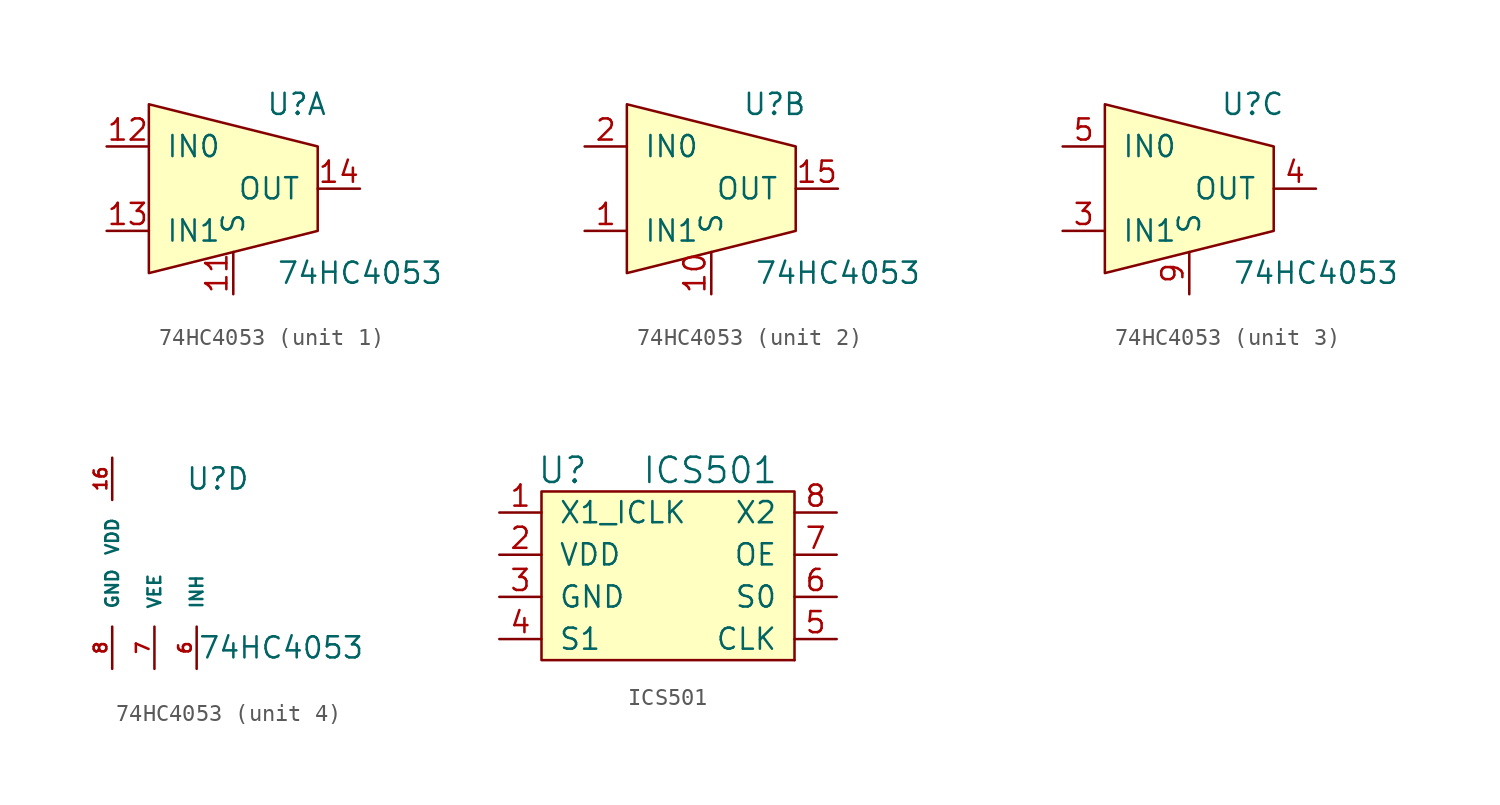
<source format=kicad_sym>
(kicad_symbol_lib
  (version 20211014)
  (generator kicad_symbol_editor)
  (symbol "74HC4053"
    (pin_names
      (offset 1.016))
    (property "Reference" "U"
      (at 3.81 5.08 0)
      (effects (font (size 1.27 1.27))))
    (property "Value" "74HC4053"
      (at 7.62 -5.08 0)
      (effects (font (size 1.27 1.27))))
    (property "Footprint" ""
      (at -2.54 0 0)
      (effects (font (size 1.27 1.27))))
    (property "Datasheet" ""
      (at -2.54 0 0)
      (effects (font (size 1.27 1.27))))
    (property "ki_locked" ""
      (at 0 0 0)
      (effects (font (size 1.27 1.27))))
    (symbol "74HC4053_1_1"
      (polyline (pts (xy -5.08 5.08) (xy -5.08 -5.08) (xy 5.08 -2.54) (xy 5.08 2.54) (xy -5.08 5.08)) (stroke (width 0) (type default) (color 0 0 0 0)) (fill (type background)))
      (pin input line (at 0 -6.35 90) (length 2.54) (name "S" (effects (font (size 1.27 1.27)))) (number "11" (effects (font (size 1.27 1.27)))))
      (pin bidirectional line (at -7.62 2.54 0) (length 2.54) (name "IN0" (effects (font (size 1.27 1.27)))) (number "12" (effects (font (size 1.27 1.27)))))
      (pin bidirectional line (at -7.62 -2.54 0) (length 2.54) (name "IN1" (effects (font (size 1.27 1.27)))) (number "13" (effects (font (size 1.27 1.27)))))
      (pin bidirectional line (at 7.62 0 180) (length 2.54) (name "OUT" (effects (font (size 1.27 1.27)))) (number "14" (effects (font (size 1.27 1.27))))))
    (symbol "74HC4053_2_1"
      (polyline (pts (xy -5.08 5.08) (xy -5.08 -5.08) (xy 5.08 -2.54) (xy 5.08 2.54) (xy -5.08 5.08)) (stroke (width 0) (type default) (color 0 0 0 0)) (fill (type background)))
      (pin bidirectional line (at -7.62 -2.54 0) (length 2.54) (name "IN1" (effects (font (size 1.27 1.27)))) (number "1" (effects (font (size 1.27 1.27)))))
      (pin input line (at 0 -6.35 90) (length 2.54) (name "S" (effects (font (size 1.27 1.27)))) (number "10" (effects (font (size 1.27 1.27)))))
      (pin bidirectional line (at 7.62 0 180) (length 2.54) (name "OUT" (effects (font (size 1.27 1.27)))) (number "15" (effects (font (size 1.27 1.27)))))
      (pin bidirectional line (at -7.62 2.54 0) (length 2.54) (name "IN0" (effects (font (size 1.27 1.27)))) (number "2" (effects (font (size 1.27 1.27))))))
    (symbol "74HC4053_3_1"
      (polyline (pts (xy -5.08 5.08) (xy -5.08 -5.08) (xy 5.08 -2.54) (xy 5.08 2.54) (xy -5.08 5.08)) (stroke (width 0) (type default) (color 0 0 0 0)) (fill (type background)))
      (pin bidirectional line (at -7.62 -2.54 0) (length 2.54) (name "IN1" (effects (font (size 1.27 1.27)))) (number "3" (effects (font (size 1.27 1.27)))))
      (pin bidirectional line (at 7.62 0 180) (length 2.54) (name "OUT" (effects (font (size 1.27 1.27)))) (number "4" (effects (font (size 1.27 1.27)))))
      (pin bidirectional line (at -7.62 2.54 0) (length 2.54) (name "IN0" (effects (font (size 1.27 1.27)))) (number "5" (effects (font (size 1.27 1.27)))))
      (pin input line (at 0 -6.35 90) (length 2.54) (name "S" (effects (font (size 1.27 1.27)))) (number "9" (effects (font (size 1.27 1.27))))))
    (symbol "74HC4053_4_0"
      (pin power_in line (at -2.54 6.35 270) (length 2.54) (name "VDD" (effects (font (size 0.762 0.762)))) (number "16" (effects (font (size 0.762 0.762)))))
      (pin power_in line (at -2.54 -6.35 90) (length 2.54) (name "GND" (effects (font (size 0.762 0.762)))) (number "8" (effects (font (size 0.762 0.762))))))
    (symbol "74HC4053_4_1"
      (pin input line (at 2.54 -6.35 90) (length 2.54) (name "INH" (effects (font (size 0.762 0.762)))) (number "6" (effects (font (size 0.762 0.762)))))
      (pin input line (at 0 -6.35 90) (length 2.54) (name "VEE" (effects (font (size 0.762 0.762)))) (number "7" (effects (font (size 0.762 0.762)))))))
  (symbol "ICS501"
    (pin_names
      (offset 1.016))
    (property "Reference" "U"
      (at -6.35 6.35 0)
      (effects (font (size 1.524 1.524))))
    (property "Value" "ICS501"
      (at 2.54 6.35 0)
      (effects (font (size 1.524 1.524))))
    (symbol "ICS501_0_1"
      (rectangle (start -7.62 5.08) (end 7.62 -5.08) (stroke (width 0) (type default) (color 0 0 0 0)) (fill (type background)))
      (rectangle (start 7.62 -5.08) (end 7.62 -5.08) (stroke (width 0) (type default) (color 0 0 0 0)) (fill (type none))))
    (symbol "ICS501_1_1"
      (pin input line (at -10.16 3.81 0) (length 2.54) (name "X1_ICLK" (effects (font (size 1.27 1.27)))) (number "1" (effects (font (size 1.27 1.27)))))
      (pin power_in line (at -10.16 1.27 0) (length 2.54) (name "VDD" (effects (font (size 1.27 1.27)))) (number "2" (effects (font (size 1.27 1.27)))))
      (pin power_in line (at -10.16 -1.27 0) (length 2.54) (name "GND" (effects (font (size 1.27 1.27)))) (number "3" (effects (font (size 1.27 1.27)))))
      (pin input line (at -10.16 -3.81 0) (length 2.54) (name "S1" (effects (font (size 1.27 1.27)))) (number "4" (effects (font (size 1.27 1.27)))))
      (pin output line (at 10.16 -3.81 180) (length 2.54) (name "CLK" (effects (font (size 1.27 1.27)))) (number "5" (effects (font (size 1.27 1.27)))))
      (pin input line (at 10.16 -1.27 180) (length 2.54) (name "S0" (effects (font (size 1.27 1.27)))) (number "6" (effects (font (size 1.27 1.27)))))
      (pin input line (at 10.16 1.27 180) (length 2.54) (name "OE" (effects (font (size 1.27 1.27)))) (number "7" (effects (font (size 1.27 1.27)))))
      (pin output line (at 10.16 3.81 180) (length 2.54) (name "X2" (effects (font (size 1.27 1.27)))) (number "8" (effects (font (size 1.27 1.27))))))))
</source>
